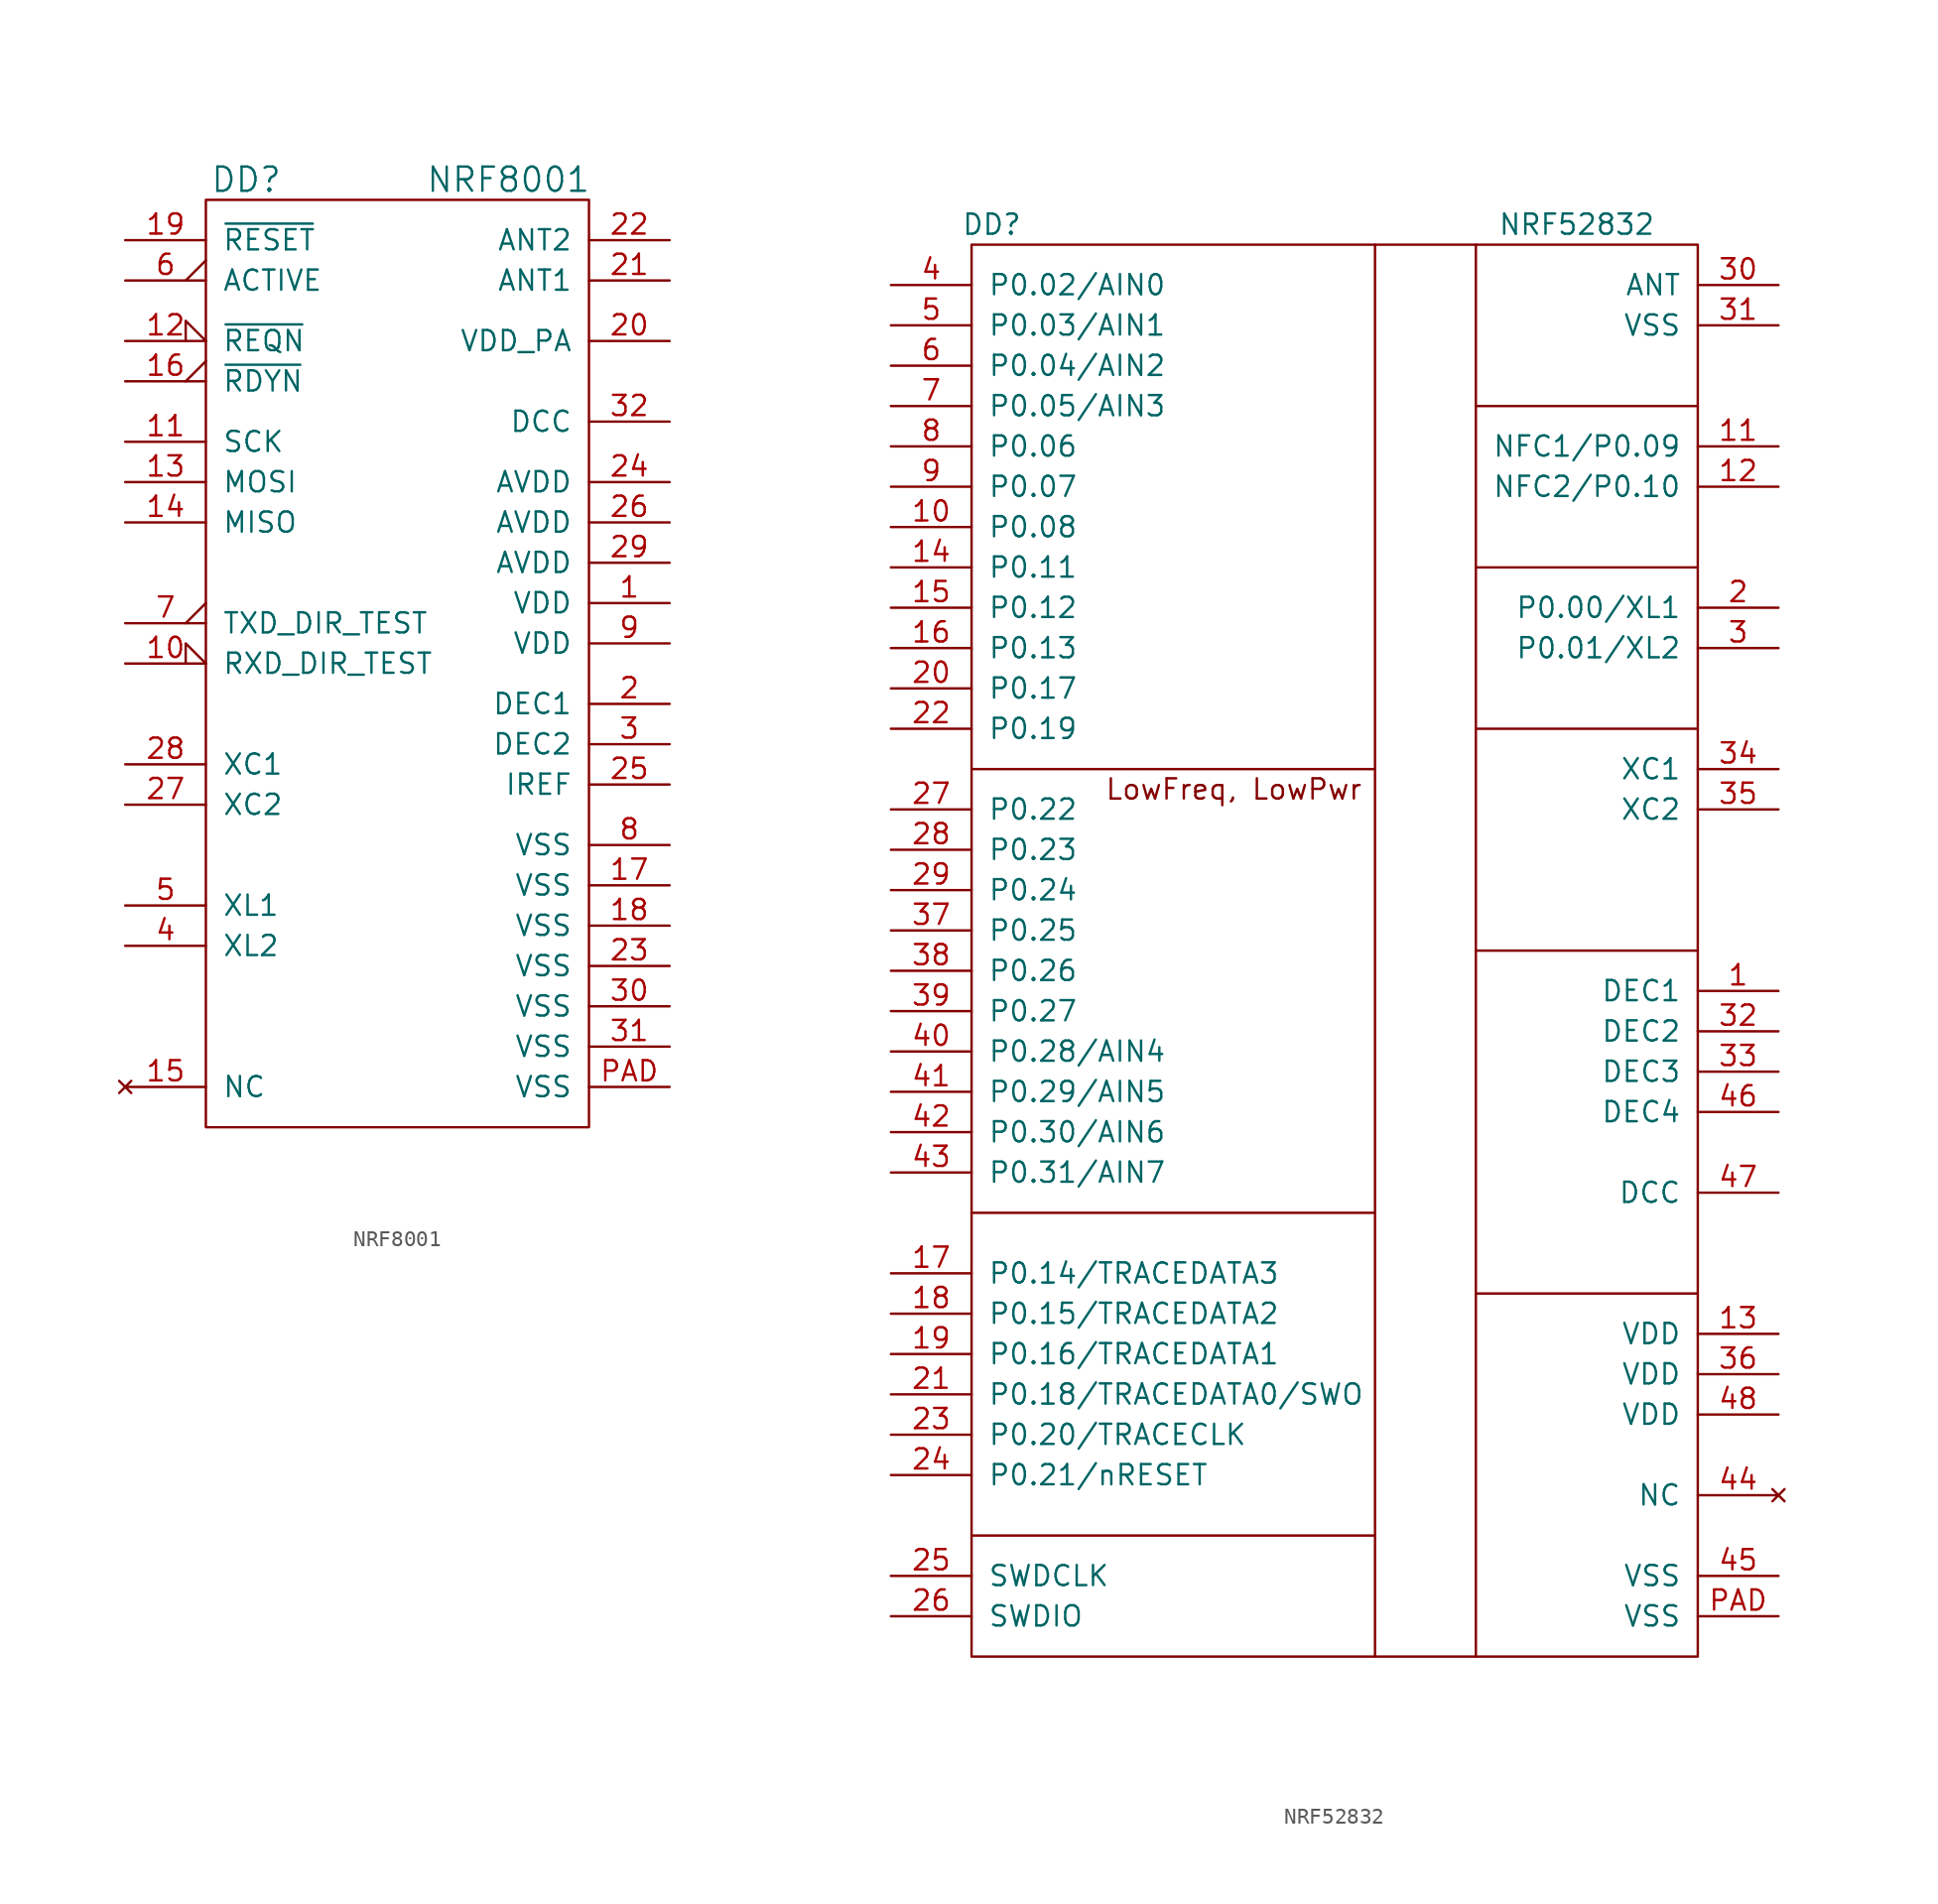
<source format=kicad_sym>
(kicad_symbol_lib
  (version 20211014)
  (generator kicad_symbol_editor)
  (symbol "NRF8001"
    (pin_names
      (offset 1.016))
    (property "Reference" "DD"
      (at -10.16 30.48 0)
      (effects (font (size 1.524 1.524))))
    (property "Value" "NRF8001"
      (at 6.35 30.48 0)
      (effects (font (size 1.524 1.524))))
    (symbol "NRF8001_0_1"
      (rectangle (start 11.43 29.21) (end -12.7 -29.21) (stroke (width 0) (type default) (color 0 0 0 0)) (fill (type none))))
    (symbol "NRF8001_1_1"
      (pin power_in line (at 16.51 3.81 180) (length 5.08) (name "VDD" (effects (font (size 1.27 1.27)))) (number "1" (effects (font (size 1.27 1.27)))))
      (pin passive input_low (at -17.78 0 0) (length 5.08) (name "RXD_DIR_TEST" (effects (font (size 1.27 1.27)))) (number "10" (effects (font (size 1.27 1.27)))))
      (pin passive line (at -17.78 13.97 0) (length 5.08) (name "SCK" (effects (font (size 1.27 1.27)))) (number "11" (effects (font (size 1.27 1.27)))))
      (pin passive input_low (at -17.78 20.32 0) (length 5.08) (name "~{REQN}" (effects (font (size 1.27 1.27)))) (number "12" (effects (font (size 1.27 1.27)))))
      (pin passive line (at -17.78 11.43 0) (length 5.08) (name "MOSI" (effects (font (size 1.27 1.27)))) (number "13" (effects (font (size 1.27 1.27)))))
      (pin passive line (at -17.78 8.89 0) (length 5.08) (name "MISO" (effects (font (size 1.27 1.27)))) (number "14" (effects (font (size 1.27 1.27)))))
      (pin no_connect line (at -17.78 -26.67 0) (length 5.08) (name "NC" (effects (font (size 1.27 1.27)))) (number "15" (effects (font (size 1.27 1.27)))))
      (pin passive output_low (at -17.78 17.78 0) (length 5.08) (name "~{RDYN}" (effects (font (size 1.27 1.27)))) (number "16" (effects (font (size 1.27 1.27)))))
      (pin power_in line (at 16.51 -13.97 180) (length 5.08) (name "VSS" (effects (font (size 1.27 1.27)))) (number "17" (effects (font (size 1.27 1.27)))))
      (pin power_in line (at 16.51 -16.51 180) (length 5.08) (name "VSS" (effects (font (size 1.27 1.27)))) (number "18" (effects (font (size 1.27 1.27)))))
      (pin passive line (at -17.78 26.67 0) (length 5.08) (name "~{RESET}" (effects (font (size 1.27 1.27)))) (number "19" (effects (font (size 1.27 1.27)))))
      (pin passive line (at 16.51 -2.54 180) (length 5.08) (name "DEC1" (effects (font (size 1.27 1.27)))) (number "2" (effects (font (size 1.27 1.27)))))
      (pin passive line (at 16.51 20.32 180) (length 5.08) (name "VDD_PA" (effects (font (size 1.27 1.27)))) (number "20" (effects (font (size 1.27 1.27)))))
      (pin passive line (at 16.51 24.13 180) (length 5.08) (name "ANT1" (effects (font (size 1.27 1.27)))) (number "21" (effects (font (size 1.27 1.27)))))
      (pin passive line (at 16.51 26.67 180) (length 5.08) (name "ANT2" (effects (font (size 1.27 1.27)))) (number "22" (effects (font (size 1.27 1.27)))))
      (pin power_in line (at 16.51 -19.05 180) (length 5.08) (name "VSS" (effects (font (size 1.27 1.27)))) (number "23" (effects (font (size 1.27 1.27)))))
      (pin power_in line (at 16.51 11.43 180) (length 5.08) (name "AVDD" (effects (font (size 1.27 1.27)))) (number "24" (effects (font (size 1.27 1.27)))))
      (pin passive line (at 16.51 -7.62 180) (length 5.08) (name "IREF" (effects (font (size 1.27 1.27)))) (number "25" (effects (font (size 1.27 1.27)))))
      (pin power_in line (at 16.51 8.89 180) (length 5.08) (name "AVDD" (effects (font (size 1.27 1.27)))) (number "26" (effects (font (size 1.27 1.27)))))
      (pin passive line (at -17.78 -8.89 0) (length 5.08) (name "XC2" (effects (font (size 1.27 1.27)))) (number "27" (effects (font (size 1.27 1.27)))))
      (pin passive line (at -17.78 -6.35 0) (length 5.08) (name "XC1" (effects (font (size 1.27 1.27)))) (number "28" (effects (font (size 1.27 1.27)))))
      (pin power_in line (at 16.51 6.35 180) (length 5.08) (name "AVDD" (effects (font (size 1.27 1.27)))) (number "29" (effects (font (size 1.27 1.27)))))
      (pin passive line (at 16.51 -5.08 180) (length 5.08) (name "DEC2" (effects (font (size 1.27 1.27)))) (number "3" (effects (font (size 1.27 1.27)))))
      (pin power_in line (at 16.51 -21.59 180) (length 5.08) (name "VSS" (effects (font (size 1.27 1.27)))) (number "30" (effects (font (size 1.27 1.27)))))
      (pin power_in line (at 16.51 -24.13 180) (length 5.08) (name "VSS" (effects (font (size 1.27 1.27)))) (number "31" (effects (font (size 1.27 1.27)))))
      (pin passive line (at 16.51 15.24 180) (length 5.08) (name "DCC" (effects (font (size 1.27 1.27)))) (number "32" (effects (font (size 1.27 1.27)))))
      (pin passive line (at -17.78 -17.78 0) (length 5.08) (name "XL2" (effects (font (size 1.27 1.27)))) (number "4" (effects (font (size 1.27 1.27)))))
      (pin passive line (at -17.78 -15.24 0) (length 5.08) (name "XL1" (effects (font (size 1.27 1.27)))) (number "5" (effects (font (size 1.27 1.27)))))
      (pin passive output_low (at -17.78 24.13 0) (length 5.08) (name "ACTIVE" (effects (font (size 1.27 1.27)))) (number "6" (effects (font (size 1.27 1.27)))))
      (pin passive output_low (at -17.78 2.54 0) (length 5.08) (name "TXD_DIR_TEST" (effects (font (size 1.27 1.27)))) (number "7" (effects (font (size 1.27 1.27)))))
      (pin power_in line (at 16.51 -11.43 180) (length 5.08) (name "VSS" (effects (font (size 1.27 1.27)))) (number "8" (effects (font (size 1.27 1.27)))))
      (pin power_in line (at 16.51 1.27 180) (length 5.08) (name "VDD" (effects (font (size 1.27 1.27)))) (number "9" (effects (font (size 1.27 1.27)))))
      (pin power_in line (at 16.51 -26.67 180) (length 5.08) (name "VSS" (effects (font (size 1.27 1.27)))) (number "PAD" (effects (font (size 1.27 1.27)))))))
  (symbol "NRF52832"
    (pin_names
      (offset 1.016))
    (property "Reference" "DD"
      (at -25.4 44.45 0)
      (effects (font (size 1.27 1.27))))
    (property "Value" "NRF52832"
      (at 11.43 44.45 0)
      (effects (font (size 1.27 1.27))))
    (symbol "NRF52832_0_0"
      (text "LowFreq, LowPwr" (at -10.16 8.89 0) (effects (font (size 1.27 1.27)))))
    (symbol "NRF52832_0_1"
      (rectangle (start -26.67 43.18) (end 19.05 -45.72) (stroke (width 0) (type default) (color 0 0 0 0)) (fill (type none)))
      (polyline (pts (xy -26.67 -38.1) (xy -1.27 -38.1)) (stroke (width 0) (type default) (color 0 0 0 0)) (fill (type none)))
      (polyline (pts (xy -26.67 -17.78) (xy -1.27 -17.78)) (stroke (width 0) (type default) (color 0 0 0 0)) (fill (type none)))
      (polyline (pts (xy -26.67 10.16) (xy -1.27 10.16)) (stroke (width 0) (type default) (color 0 0 0 0)) (fill (type none)))
      (polyline (pts (xy -1.27 43.18) (xy -1.27 -45.72)) (stroke (width 0) (type default) (color 0 0 0 0)) (fill (type none)))
      (polyline (pts (xy 5.08 43.18) (xy 5.08 -45.72)) (stroke (width 0) (type default) (color 0 0 0 0)) (fill (type none)))
      (polyline (pts (xy 19.05 -22.86) (xy 5.08 -22.86)) (stroke (width 0) (type default) (color 0 0 0 0)) (fill (type none)))
      (polyline (pts (xy 19.05 -1.27) (xy 5.08 -1.27)) (stroke (width 0) (type default) (color 0 0 0 0)) (fill (type none)))
      (polyline (pts (xy 19.05 12.7) (xy 5.08 12.7)) (stroke (width 0) (type default) (color 0 0 0 0)) (fill (type none)))
      (polyline (pts (xy 19.05 22.86) (xy 5.08 22.86)) (stroke (width 0) (type default) (color 0 0 0 0)) (fill (type none)))
      (polyline (pts (xy 19.05 33.02) (xy 5.08 33.02)) (stroke (width 0) (type default) (color 0 0 0 0)) (fill (type none))))
    (symbol "NRF52832_1_1"
      (pin passive line (at 24.13 -3.81 180) (length 5.08) (name "DEC1" (effects (font (size 1.27 1.27)))) (number "1" (effects (font (size 1.27 1.27)))))
      (pin passive line (at -31.75 25.4 0) (length 5.08) (name "P0.08" (effects (font (size 1.27 1.27)))) (number "10" (effects (font (size 1.27 1.27)))))
      (pin passive line (at 24.13 30.48 180) (length 5.08) (name "NFC1/P0.09" (effects (font (size 1.27 1.27)))) (number "11" (effects (font (size 1.27 1.27)))))
      (pin passive line (at 24.13 27.94 180) (length 5.08) (name "NFC2/P0.10" (effects (font (size 1.27 1.27)))) (number "12" (effects (font (size 1.27 1.27)))))
      (pin power_in line (at 24.13 -25.4 180) (length 5.08) (name "VDD" (effects (font (size 1.27 1.27)))) (number "13" (effects (font (size 1.27 1.27)))))
      (pin passive line (at -31.75 22.86 0) (length 5.08) (name "P0.11" (effects (font (size 1.27 1.27)))) (number "14" (effects (font (size 1.27 1.27)))))
      (pin passive line (at -31.75 20.32 0) (length 5.08) (name "P0.12" (effects (font (size 1.27 1.27)))) (number "15" (effects (font (size 1.27 1.27)))))
      (pin passive line (at -31.75 17.78 0) (length 5.08) (name "P0.13" (effects (font (size 1.27 1.27)))) (number "16" (effects (font (size 1.27 1.27)))))
      (pin passive line (at -31.75 -21.59 0) (length 5.08) (name "P0.14/TRACEDATA3" (effects (font (size 1.27 1.27)))) (number "17" (effects (font (size 1.27 1.27)))))
      (pin passive line (at -31.75 -24.13 0) (length 5.08) (name "P0.15/TRACEDATA2" (effects (font (size 1.27 1.27)))) (number "18" (effects (font (size 1.27 1.27)))))
      (pin passive line (at -31.75 -26.67 0) (length 5.08) (name "P0.16/TRACEDATA1" (effects (font (size 1.27 1.27)))) (number "19" (effects (font (size 1.27 1.27)))))
      (pin passive line (at 24.13 20.32 180) (length 5.08) (name "P0.00/XL1" (effects (font (size 1.27 1.27)))) (number "2" (effects (font (size 1.27 1.27)))))
      (pin passive line (at -31.75 15.24 0) (length 5.08) (name "P0.17" (effects (font (size 1.27 1.27)))) (number "20" (effects (font (size 1.27 1.27)))))
      (pin passive line (at -31.75 -29.21 0) (length 5.08) (name "P0.18/TRACEDATA0/SWO" (effects (font (size 1.27 1.27)))) (number "21" (effects (font (size 1.27 1.27)))))
      (pin passive line (at -31.75 12.7 0) (length 5.08) (name "P0.19" (effects (font (size 1.27 1.27)))) (number "22" (effects (font (size 1.27 1.27)))))
      (pin passive line (at -31.75 -31.75 0) (length 5.08) (name "P0.20/TRACECLK" (effects (font (size 1.27 1.27)))) (number "23" (effects (font (size 1.27 1.27)))))
      (pin passive line (at -31.75 -34.29 0) (length 5.08) (name "P0.21/nRESET" (effects (font (size 1.27 1.27)))) (number "24" (effects (font (size 1.27 1.27)))))
      (pin passive line (at -31.75 -40.64 0) (length 5.08) (name "SWDCLK" (effects (font (size 1.27 1.27)))) (number "25" (effects (font (size 1.27 1.27)))))
      (pin passive line (at -31.75 -43.18 0) (length 5.08) (name "SWDIO" (effects (font (size 1.27 1.27)))) (number "26" (effects (font (size 1.27 1.27)))))
      (pin passive line (at -31.75 7.62 0) (length 5.08) (name "P0.22" (effects (font (size 1.27 1.27)))) (number "27" (effects (font (size 1.27 1.27)))))
      (pin passive line (at -31.75 5.08 0) (length 5.08) (name "P0.23" (effects (font (size 1.27 1.27)))) (number "28" (effects (font (size 1.27 1.27)))))
      (pin passive line (at -31.75 2.54 0) (length 5.08) (name "P0.24" (effects (font (size 1.27 1.27)))) (number "29" (effects (font (size 1.27 1.27)))))
      (pin passive line (at 24.13 17.78 180) (length 5.08) (name "P0.01/XL2" (effects (font (size 1.27 1.27)))) (number "3" (effects (font (size 1.27 1.27)))))
      (pin passive line (at 24.13 40.64 180) (length 5.08) (name "ANT" (effects (font (size 1.27 1.27)))) (number "30" (effects (font (size 1.27 1.27)))))
      (pin power_in line (at 24.13 38.1 180) (length 5.08) (name "VSS" (effects (font (size 1.27 1.27)))) (number "31" (effects (font (size 1.27 1.27)))))
      (pin passive line (at 24.13 -6.35 180) (length 5.08) (name "DEC2" (effects (font (size 1.27 1.27)))) (number "32" (effects (font (size 1.27 1.27)))))
      (pin passive line (at 24.13 -8.89 180) (length 5.08) (name "DEC3" (effects (font (size 1.27 1.27)))) (number "33" (effects (font (size 1.27 1.27)))))
      (pin passive line (at 24.13 10.16 180) (length 5.08) (name "XC1" (effects (font (size 1.27 1.27)))) (number "34" (effects (font (size 1.27 1.27)))))
      (pin passive line (at 24.13 7.62 180) (length 5.08) (name "XC2" (effects (font (size 1.27 1.27)))) (number "35" (effects (font (size 1.27 1.27)))))
      (pin power_in line (at 24.13 -27.94 180) (length 5.08) (name "VDD" (effects (font (size 1.27 1.27)))) (number "36" (effects (font (size 1.27 1.27)))))
      (pin passive line (at -31.75 0 0) (length 5.08) (name "P0.25" (effects (font (size 1.27 1.27)))) (number "37" (effects (font (size 1.27 1.27)))))
      (pin passive line (at -31.75 -2.54 0) (length 5.08) (name "P0.26" (effects (font (size 1.27 1.27)))) (number "38" (effects (font (size 1.27 1.27)))))
      (pin passive line (at -31.75 -5.08 0) (length 5.08) (name "P0.27" (effects (font (size 1.27 1.27)))) (number "39" (effects (font (size 1.27 1.27)))))
      (pin passive line (at -31.75 40.64 0) (length 5.08) (name "P0.02/AIN0" (effects (font (size 1.27 1.27)))) (number "4" (effects (font (size 1.27 1.27)))))
      (pin passive line (at -31.75 -7.62 0) (length 5.08) (name "P0.28/AIN4" (effects (font (size 1.27 1.27)))) (number "40" (effects (font (size 1.27 1.27)))))
      (pin passive line (at -31.75 -10.16 0) (length 5.08) (name "P0.29/AIN5" (effects (font (size 1.27 1.27)))) (number "41" (effects (font (size 1.27 1.27)))))
      (pin passive line (at -31.75 -12.7 0) (length 5.08) (name "P0.30/AIN6" (effects (font (size 1.27 1.27)))) (number "42" (effects (font (size 1.27 1.27)))))
      (pin passive line (at -31.75 -15.24 0) (length 5.08) (name "P0.31/AIN7" (effects (font (size 1.27 1.27)))) (number "43" (effects (font (size 1.27 1.27)))))
      (pin no_connect line (at 24.13 -35.56 180) (length 5.08) (name "NC" (effects (font (size 1.27 1.27)))) (number "44" (effects (font (size 1.27 1.27)))))
      (pin power_in line (at 24.13 -40.64 180) (length 5.08) (name "VSS" (effects (font (size 1.27 1.27)))) (number "45" (effects (font (size 1.27 1.27)))))
      (pin passive line (at 24.13 -11.43 180) (length 5.08) (name "DEC4" (effects (font (size 1.27 1.27)))) (number "46" (effects (font (size 1.27 1.27)))))
      (pin passive line (at 24.13 -16.51 180) (length 5.08) (name "DCC" (effects (font (size 1.27 1.27)))) (number "47" (effects (font (size 1.27 1.27)))))
      (pin power_in line (at 24.13 -30.48 180) (length 5.08) (name "VDD" (effects (font (size 1.27 1.27)))) (number "48" (effects (font (size 1.27 1.27)))))
      (pin passive line (at -31.75 38.1 0) (length 5.08) (name "P0.03/AIN1" (effects (font (size 1.27 1.27)))) (number "5" (effects (font (size 1.27 1.27)))))
      (pin passive line (at -31.75 35.56 0) (length 5.08) (name "P0.04/AIN2" (effects (font (size 1.27 1.27)))) (number "6" (effects (font (size 1.27 1.27)))))
      (pin passive line (at -31.75 33.02 0) (length 5.08) (name "P0.05/AIN3" (effects (font (size 1.27 1.27)))) (number "7" (effects (font (size 1.27 1.27)))))
      (pin passive line (at -31.75 30.48 0) (length 5.08) (name "P0.06" (effects (font (size 1.27 1.27)))) (number "8" (effects (font (size 1.27 1.27)))))
      (pin passive line (at -31.75 27.94 0) (length 5.08) (name "P0.07" (effects (font (size 1.27 1.27)))) (number "9" (effects (font (size 1.27 1.27)))))
      (pin power_in line (at 24.13 -43.18 180) (length 5.08) (name "VSS" (effects (font (size 1.27 1.27)))) (number "PAD" (effects (font (size 1.27 1.27))))))))
</source>
